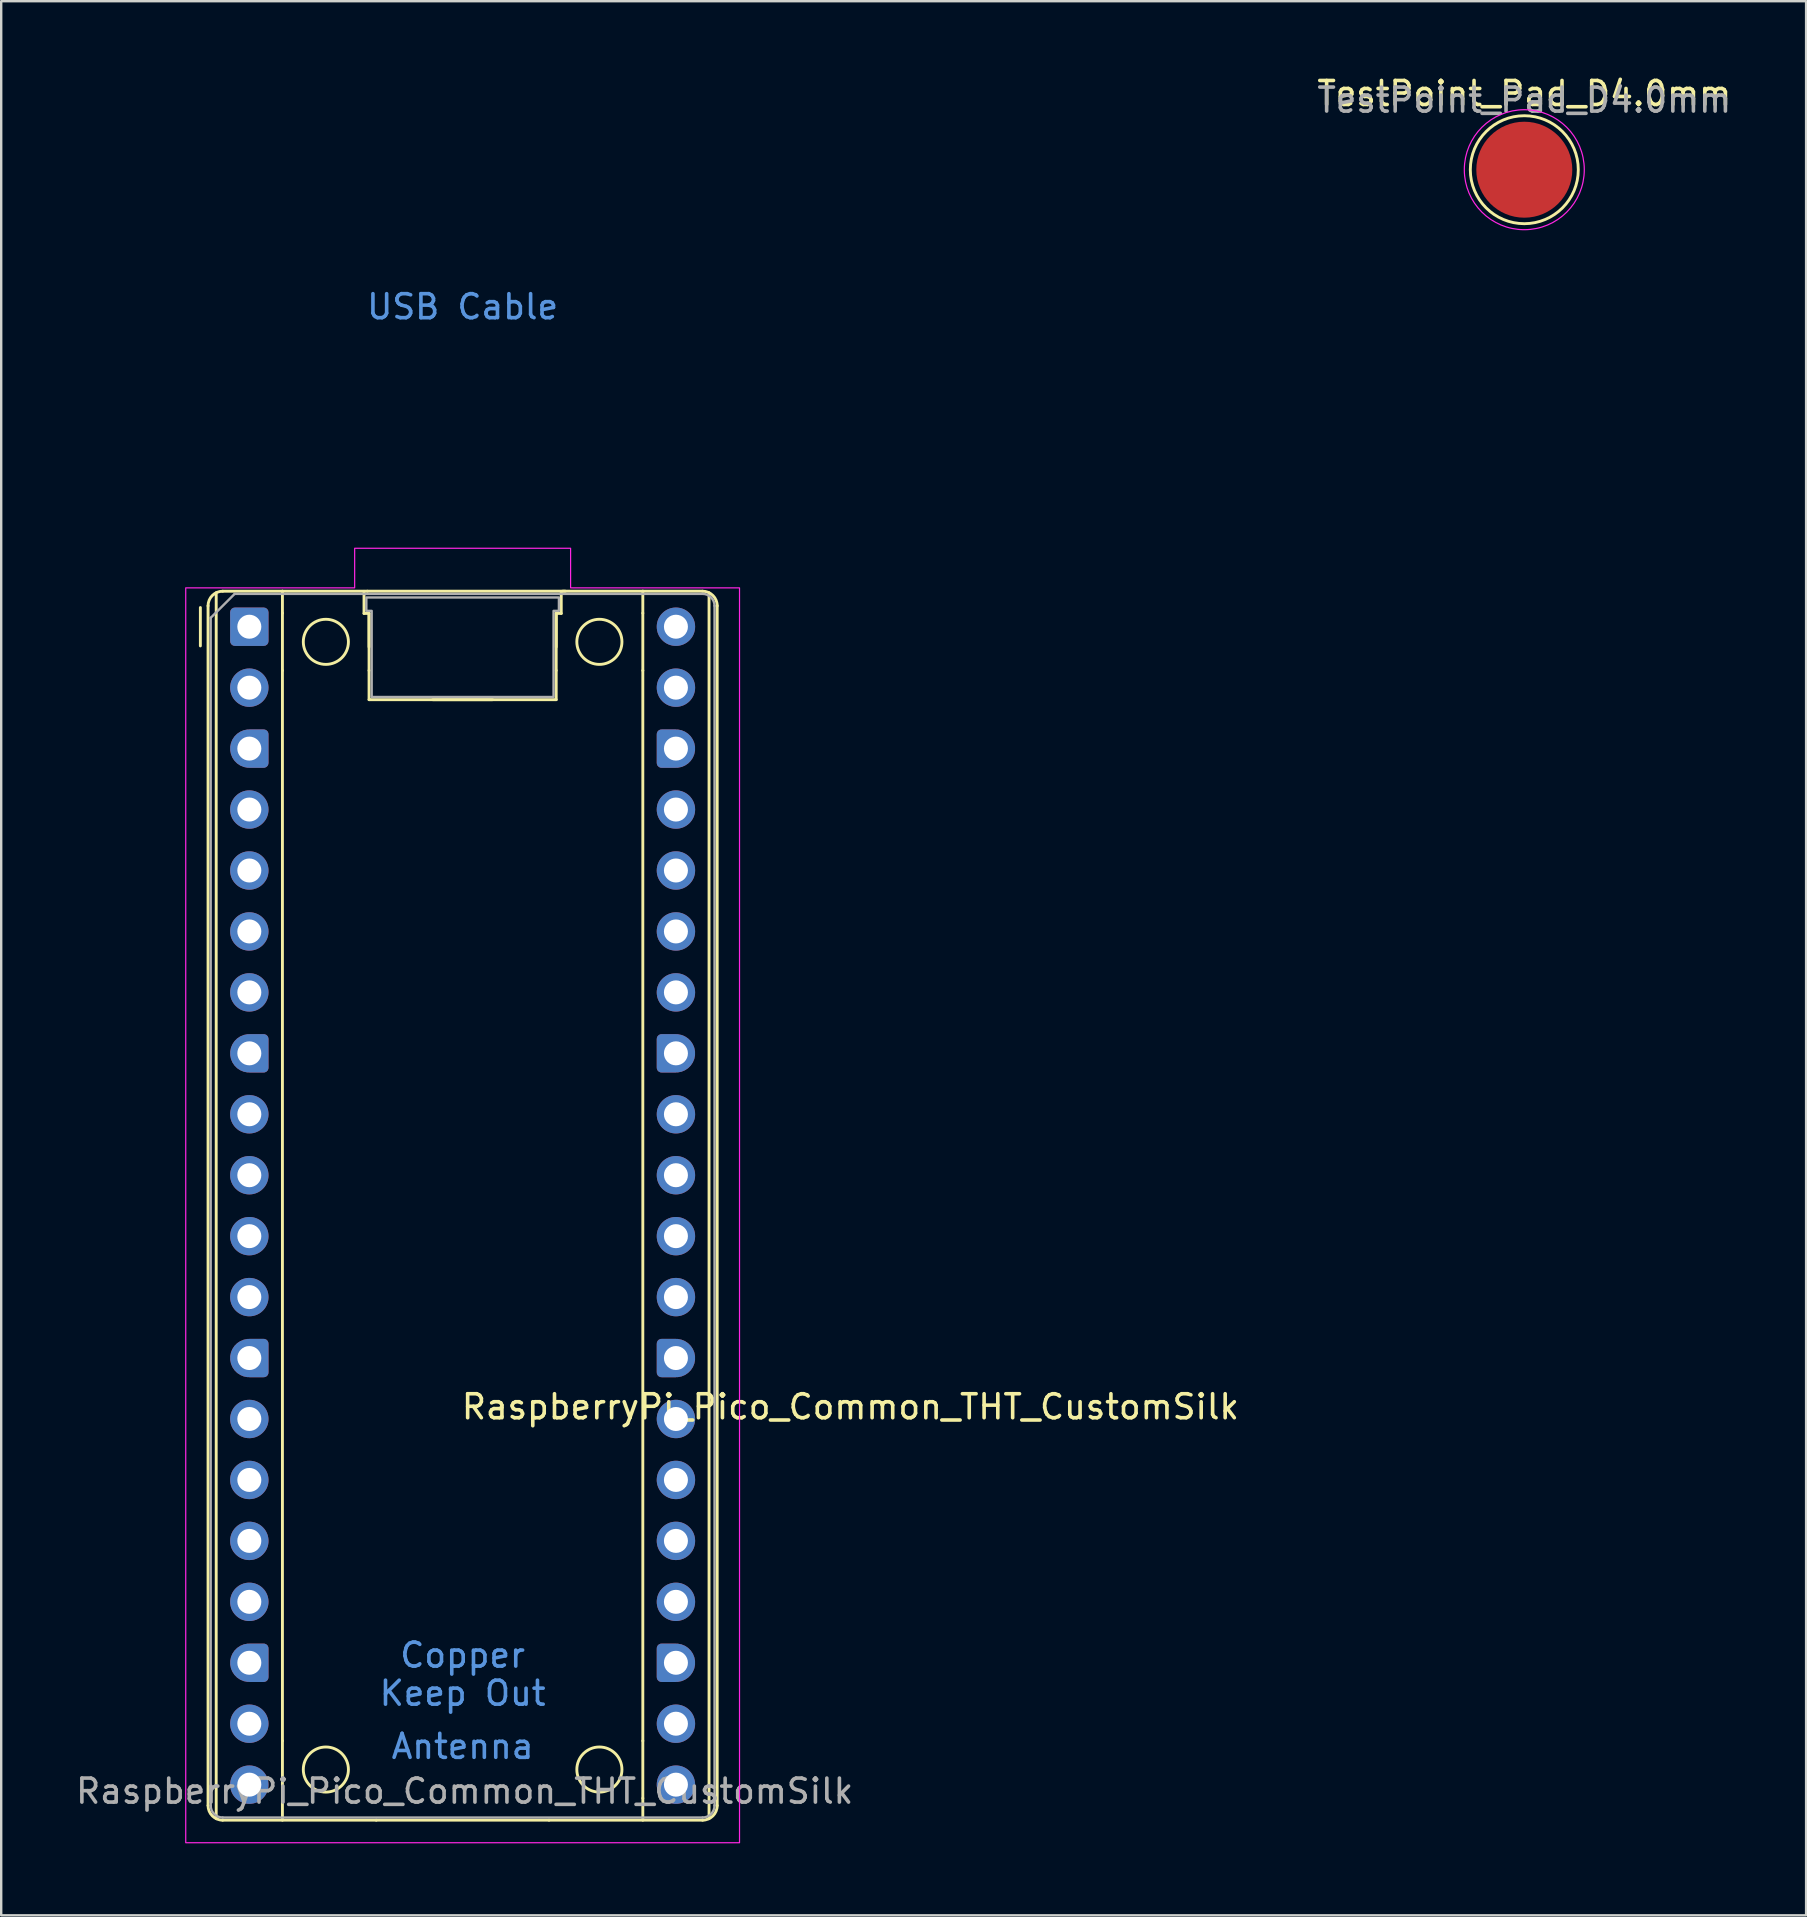
<source format=kicad_pcb>
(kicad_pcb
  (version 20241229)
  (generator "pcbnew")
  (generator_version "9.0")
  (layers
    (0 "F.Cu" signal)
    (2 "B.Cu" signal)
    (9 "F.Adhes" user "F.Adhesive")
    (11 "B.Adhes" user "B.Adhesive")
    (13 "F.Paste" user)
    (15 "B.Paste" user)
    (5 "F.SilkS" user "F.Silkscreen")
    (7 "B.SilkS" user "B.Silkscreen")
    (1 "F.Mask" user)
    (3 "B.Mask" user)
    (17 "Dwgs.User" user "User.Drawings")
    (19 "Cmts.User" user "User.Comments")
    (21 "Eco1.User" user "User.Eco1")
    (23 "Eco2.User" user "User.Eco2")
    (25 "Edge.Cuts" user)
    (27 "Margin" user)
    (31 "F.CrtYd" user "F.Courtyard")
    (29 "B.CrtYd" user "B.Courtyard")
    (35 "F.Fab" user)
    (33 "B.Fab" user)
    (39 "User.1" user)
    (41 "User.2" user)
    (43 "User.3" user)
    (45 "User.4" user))
  (footprint "TestPoint_Pad_D4.0mm"
    (layer "F.Cu")
    (at 60.479 4.023)
    (property "Reference" "TestPoint_Pad_D4.0mm" (at 0 -3.175 0) (layer "F.SilkS") (effects (font (size 1 1) (thickness 0.15))))
    (attr exclude_from_pos_files dnp)
    (fp_circle (center 0 0) (end 0 2.25) (stroke (width 0.12) (type solid)) (fill no) (layer "F.SilkS"))
    (fp_circle (center 0 0) (end 2.5 0) (stroke (width 0.05) (type solid)) (fill no) (layer "F.CrtYd"))
    (fp_text user "${REFERENCE}" (at 0 -2.9 0) (layer "F.Fab") (effects (font (size 1 1) (thickness 0.15))))
    (pad "1" smd circle (at 0 0) (size 4 4) (layers "F.Cu" "F.Mask")))
  (footprint "RaspberryPi_Pico_Common_THT_CustomSilk"
    (layer "F.Cu")
    (at 16.231 47.2)
    (property "Reference" "RaspberryPi_Pico_Common_THT_CustomSilk" (at -0.127 8.382 0) (unlocked yes) (layer "F.SilkS") (effects (font (size 1 1) (thickness 0.15)) (justify left)))
    (attr through_hole)
    (fp_line (start -10.93 -23.33) (end -10.93 -24.93) (stroke (width 0.12) (type solid)) (layer "F.SilkS"))
    (fp_line (start -10.61 -25) (end -10.61 25) (stroke (width 0.12) (type solid)) (layer "F.SilkS"))
    (fp_line (start -10.27 -25.547) (end -10.27 25.547) (stroke (width 0.12) (type solid)) (layer "F.SilkS"))
    (fp_line (start -10 -25.61) (end -7.51 -25.61) (stroke (width 0.12) (type solid)) (layer "F.SilkS"))
    (fp_line (start -10 25.61) (end -3.6 25.61) (stroke (width 0.12) (type solid)) (layer "F.SilkS"))
    (fp_line (start -7.51 -25.61) (end -7.51 -24.696) (stroke (width 0.12) (type solid)) (layer "F.SilkS"))
    (fp_line (start -7.51 -25.61) (end -3.97 -25.61) (stroke (width 0.12) (type solid)) (layer "F.SilkS"))
    (fp_line (start -7.51 -24.696) (end -7.51 -22.304) (stroke (width 0.12) (type solid)) (layer "F.SilkS"))
    (fp_line (start -7.51 -22.304) (end -7.51 22.304) (stroke (width 0.12) (type solid)) (layer "F.SilkS"))
    (fp_line (start -7.51 22.304) (end -7.51 24.696) (stroke (width 0.12) (type solid)) (layer "F.SilkS"))
    (fp_line (start -7.51 24.696) (end -7.51 25.61) (stroke (width 0.12) (type solid)) (layer "F.SilkS"))
    (fp_line (start -4.11 -25.603) (end -4.11 -24.683) (stroke (width 0.12) (type solid)) (layer "F.SilkS"))
    (fp_line (start -4.11 -24.683) (end -3.9 -24.683) (stroke (width 0.12) (type solid)) (layer "F.SilkS"))
    (fp_line (start -3.97 -25.61) (end 4.28 -25.61) (stroke (width 0.12) (type solid)) (layer "F.SilkS"))
    (fp_line (start -3.9 -24.694) (end -3.9 -22.306) (stroke (width 0.12) (type default)) (layer "F.SilkS"))
    (fp_line (start -3.9 -24.683) (end -3.9 -23.287) (stroke (width 0.12) (type solid)) (layer "F.SilkS"))
    (fp_line (start -3.9 -22.306) (end -3.9 -21.09) (stroke (width 0.12) (type solid)) (layer "F.SilkS"))
    (fp_line (start -1.246 -21.09) (end 1.246 -21.09) (stroke (width 0.12) (type solid)) (layer "F.SilkS"))
    (fp_line (start 3.6 25.61) (end -3.6 25.61) (stroke (width 0.12) (type solid)) (layer "F.SilkS"))
    (fp_line (start 3.6 25.61) (end 10 25.61) (stroke (width 0.12) (type solid)) (layer "F.SilkS"))
    (fp_line (start 3.9 -24.694) (end 3.9 -22.306) (stroke (width 0.12) (type default)) (layer "F.SilkS"))
    (fp_line (start 3.9 -24.683) (end 3.9 -23.287) (stroke (width 0.12) (type solid)) (layer "F.SilkS"))
    (fp_line (start 3.9 -22.306) (end 3.9 -21.09) (stroke (width 0.12) (type solid)) (layer "F.SilkS"))
    (fp_line (start 3.9 -21.09) (end -3.9 -21.09) (stroke (width 0.12) (type solid)) (layer "F.SilkS"))
    (fp_line (start 4.11 -25.603) (end 4.11 -24.683) (stroke (width 0.12) (type solid)) (layer "F.SilkS"))
    (fp_line (start 4.11 -24.683) (end 3.9 -24.683) (stroke (width 0.12) (type solid)) (layer "F.SilkS"))
    (fp_line (start 4.17 -25.61) (end 7.51 -25.61) (stroke (width 0.12) (type solid)) (layer "F.SilkS"))
    (fp_line (start 7.51 -25.61) (end 7.51 -24.696) (stroke (width 0.12) (type solid)) (layer "F.SilkS"))
    (fp_line (start 7.51 -24.696) (end 7.51 -22.304) (stroke (width 0.12) (type solid)) (layer "F.SilkS"))
    (fp_line (start 7.51 -22.304) (end 7.51 22.304) (stroke (width 0.12) (type solid)) (layer "F.SilkS"))
    (fp_line (start 7.51 22.304) (end 7.51 24.696) (stroke (width 0.12) (type solid)) (layer "F.SilkS"))
    (fp_line (start 7.51 24.696) (end 7.51 25.61) (stroke (width 0.12) (type solid)) (layer "F.SilkS"))
    (fp_line (start 10 -25.61) (end 7.51 -25.61) (stroke (width 0.12) (type solid)) (layer "F.SilkS"))
    (fp_line (start 10.27 25.547) (end 10.27 -25.547) (stroke (width 0.12) (type solid)) (layer "F.SilkS"))
    (fp_line (start 10.61 -25) (end 10.61 25) (stroke (width 0.12) (type solid)) (layer "F.SilkS"))
    (fp_arc (start -10.61 -25) (mid -10.431335 -25.431335) (end -10 -25.61) (stroke (width 0.12) (type solid)) (layer "F.SilkS"))
    (fp_arc (start -10 25.61) (mid -10.431335 25.431335) (end -10.61 25) (stroke (width 0.12) (type solid)) (layer "F.SilkS"))
    (fp_arc (start 10 -25.61) (mid 10.431335 -25.431335) (end 10.61 -25) (stroke (width 0.12) (type solid)) (layer "F.SilkS"))
    (fp_arc (start 10.61 25) (mid 10.431335 25.431335) (end 10 25.61) (stroke (width 0.12) (type solid)) (layer "F.SilkS"))
    (fp_circle (center -5.7 -23.5) (end -4.76 -23.5) (stroke (width 0.12) (type solid)) (fill no) (layer "F.SilkS"))
    (fp_circle (center -5.7 23.5) (end -4.76 23.5) (stroke (width 0.12) (type solid)) (fill no) (layer "F.SilkS"))
    (fp_circle (center 5.7 -23.5) (end 6.64 -23.5) (stroke (width 0.12) (type solid)) (fill no) (layer "F.SilkS"))
    (fp_circle (center 5.7 23.5) (end 6.64 23.5) (stroke (width 0.12) (type solid)) (fill no) (layer "F.SilkS"))
    (fp_poly (pts (xy -4.5 -27.4) (xy 4.5 -27.4) (xy 4.5 -25.75) (xy 11.54 -25.75) (xy 11.54 26.55) (xy -11.54 26.55) (xy -11.54 -25.75) (xy -4.5 -25.75)) (stroke (width 0.05) (type solid)) (fill no) (layer "F.CrtYd"))
    (fp_line (start -10.5 -24.5) (end -9.5 -25.5) (stroke (width 0.1) (type solid)) (layer "F.Fab"))
    (fp_line (start -10.5 25) (end -10.5 -24.5) (stroke (width 0.1) (type solid)) (layer "F.Fab"))
    (fp_line (start -9.5 -25.5) (end 10 -25.5) (stroke (width 0.1) (type solid)) (layer "F.Fab"))
    (fp_line (start 10 25.5) (end -10 25.5) (stroke (width 0.1) (type solid)) (layer "F.Fab"))
    (fp_line (start 10.5 -25) (end 10.5 25) (stroke (width 0.1) (type solid)) (layer "F.Fab"))
    (fp_arc (start -10 25.5) (mid -10.353553 25.353553) (end -10.5 25) (stroke (width 0.1) (type solid)) (layer "F.Fab"))
    (fp_arc (start 10 -25.5) (mid 10.353553 -25.353553) (end 10.5 -25) (stroke (width 0.1) (type solid)) (layer "F.Fab"))
    (fp_arc (start 10.5 25) (mid 10.353553 25.353553) (end 10 25.5) (stroke (width 0.1) (type solid)) (layer "F.Fab"))
    (fp_poly (pts (xy 3.79 -21.2) (xy 3.79 -24.79) (xy 4.013 -24.79) (xy 4.013 -25.349) (xy -4.013 -25.349) (xy -4.013 -24.79) (xy -3.79 -24.79) (xy -3.79 -21.2)) (stroke (width 0.1) (type solid)) (fill no) (layer "F.Fab"))
    (fp_text user "USB Cable" (at 0 -37.465 0) (unlocked yes) (layer "Cmts.User") (effects (font (size 1 1) (thickness 0.15))))
    (fp_text user "Copper" (at 0 18.733 0) (unlocked yes) (layer "Cmts.User") (effects (font (size 1 1) (thickness 0.15))))
    (fp_text user "Keep Out" (at 0 20.32 0) (unlocked yes) (layer "Cmts.User") (effects (font (size 1 1) (thickness 0.15))))
    (fp_text user "Antenna" (at 0 22.535 0) (unlocked yes) (layer "Cmts.User") (effects (font (size 1 1) (thickness 0.15))))
    (fp_text user "${REFERENCE}" (at 0.084 24.401 180) (layer "F.Fab") (effects (font (size 1 1) (thickness 0.15))))
    (pad "1" thru_hole roundrect (at -8.89 -24.13) (size 1.6 1.6) (drill 1) (layers "*.Cu" "*.Mask") (roundrect_rratio 0.125))
    (pad "2" thru_hole circle (at -8.89 -21.59) (size 1.6 1.6) (drill 1) (layers "*.Cu" "*.Mask"))
    (pad "3" thru_hole custom (at -8.89 -19.05) (size 1.6 1.6) (drill 1) (layers "*.Cu" "*.Mask") (options (anchor circle)) (primitives (gr_poly (pts (xy 0.8 0.6) (xy 0.8 -0.6) (xy 0.6 -0.8) (xy 0 -0.8) (xy 0 0.8) (xy 0.6 0.8)) (width 0) (fill yes)) (gr_circle (center 0.6 0.6) (end 0.8 0.6) (width 0) (fill yes)) (gr_circle (center 0.6 -0.6) (end 0.8 -0.6) (width 0) (fill yes))))
    (pad "4" thru_hole circle (at -8.89 -16.51) (size 1.6 1.6) (drill 1) (layers "*.Cu" "*.Mask"))
    (pad "5" thru_hole circle (at -8.89 -13.97) (size 1.6 1.6) (drill 1) (layers "*.Cu" "*.Mask"))
    (pad "6" thru_hole circle (at -8.89 -11.43) (size 1.6 1.6) (drill 1) (layers "*.Cu" "*.Mask"))
    (pad "7" thru_hole circle (at -8.89 -8.89) (size 1.6 1.6) (drill 1) (layers "*.Cu" "*.Mask"))
    (pad "8" thru_hole custom (at -8.89 -6.35) (size 1.6 1.6) (drill 1) (layers "*.Cu" "*.Mask") (options (anchor circle)) (primitives (gr_poly (pts (xy 0.8 0.6) (xy 0.8 -0.6) (xy 0.6 -0.8) (xy 0 -0.8) (xy 0 0.8) (xy 0.6 0.8)) (width 0) (fill yes)) (gr_circle (center 0.6 0.6) (end 0.8 0.6) (width 0) (fill yes)) (gr_circle (center 0.6 -0.6) (end 0.8 -0.6) (width 0) (fill yes))))
    (pad "9" thru_hole circle (at -8.89 -3.81) (size 1.6 1.6) (drill 1) (layers "*.Cu" "*.Mask"))
    (pad "10" thru_hole circle (at -8.89 -1.27) (size 1.6 1.6) (drill 1) (layers "*.Cu" "*.Mask"))
    (pad "11" thru_hole circle (at -8.89 1.27) (size 1.6 1.6) (drill 1) (layers "*.Cu" "*.Mask"))
    (pad "12" thru_hole circle (at -8.89 3.81) (size 1.6 1.6) (drill 1) (layers "*.Cu" "*.Mask"))
    (pad "13" thru_hole custom (at -8.89 6.35) (size 1.6 1.6) (drill 1) (layers "*.Cu" "*.Mask") (options (anchor circle)) (primitives (gr_poly (pts (xy 0.8 0.6) (xy 0.8 -0.6) (xy 0.6 -0.8) (xy 0 -0.8) (xy 0 0.8) (xy 0.6 0.8)) (width 0) (fill yes)) (gr_circle (center 0.6 0.6) (end 0.8 0.6) (width 0) (fill yes)) (gr_circle (center 0.6 -0.6) (end 0.8 -0.6) (width 0) (fill yes))))
    (pad "14" thru_hole circle (at -8.89 8.89) (size 1.6 1.6) (drill 1) (layers "*.Cu" "*.Mask"))
    (pad "15" thru_hole circle (at -8.89 11.43) (size 1.6 1.6) (drill 1) (layers "*.Cu" "*.Mask"))
    (pad "16" thru_hole circle (at -8.89 13.97) (size 1.6 1.6) (drill 1) (layers "*.Cu" "*.Mask"))
    (pad "17" thru_hole circle (at -8.89 16.51) (size 1.6 1.6) (drill 1) (layers "*.Cu" "*.Mask"))
    (pad "18" thru_hole custom (at -8.89 19.05) (size 1.6 1.6) (drill 1) (layers "*.Cu" "*.Mask") (options (anchor circle)) (primitives (gr_poly (pts (xy 0.8 0.6) (xy 0.8 -0.6) (xy 0.6 -0.8) (xy 0 -0.8) (xy 0 0.8) (xy 0.6 0.8)) (width 0) (fill yes)) (gr_circle (center 0.6 0.6) (end 0.8 0.6) (width 0) (fill yes)) (gr_circle (center 0.6 -0.6) (end 0.8 -0.6) (width 0) (fill yes))))
    (pad "19" thru_hole circle (at -8.89 21.59) (size 1.6 1.6) (drill 1) (layers "*.Cu" "*.Mask"))
    (pad "20" thru_hole circle (at -8.89 24.13) (size 1.6 1.6) (drill 1) (layers "*.Cu" "*.Mask"))
    (pad "21" thru_hole circle (at 8.89 24.13) (size 1.6 1.6) (drill 1) (layers "*.Cu" "*.Mask"))
    (pad "22" thru_hole circle (at 8.89 21.59) (size 1.6 1.6) (drill 1) (layers "*.Cu" "*.Mask"))
    (pad "23" thru_hole custom (at 8.89 19.05) (size 1.6 1.6) (drill 1) (layers "*.Cu" "*.Mask") (options (anchor circle)) (primitives (gr_poly (pts (xy -0.8 0.6) (xy -0.8 -0.6) (xy -0.6 -0.8) (xy 0 -0.8) (xy 0 0.8) (xy -0.6 0.8)) (width 0) (fill yes)) (gr_circle (center -0.6 0.6) (end -0.4 0.6) (width 0) (fill yes)) (gr_circle (center -0.6 -0.6) (end -0.4 -0.6) (width 0) (fill yes))))
    (pad "24" thru_hole circle (at 8.89 16.51) (size 1.6 1.6) (drill 1) (layers "*.Cu" "*.Mask"))
    (pad "25" thru_hole circle (at 8.89 13.97) (size 1.6 1.6) (drill 1) (layers "*.Cu" "*.Mask"))
    (pad "26" thru_hole circle (at 8.89 11.43) (size 1.6 1.6) (drill 1) (layers "*.Cu" "*.Mask"))
    (pad "27" thru_hole circle (at 8.89 8.89) (size 1.6 1.6) (drill 1) (layers "*.Cu" "*.Mask"))
    (pad "28" thru_hole custom (at 8.89 6.35) (size 1.6 1.6) (drill 1) (layers "*.Cu" "*.Mask") (options (anchor circle)) (primitives (gr_poly (pts (xy -0.8 0.6) (xy -0.8 -0.6) (xy -0.6 -0.8) (xy 0 -0.8) (xy 0 0.8) (xy -0.6 0.8)) (width 0) (fill yes)) (gr_circle (center -0.6 0.6) (end -0.4 0.6) (width 0) (fill yes)) (gr_circle (center -0.6 -0.6) (end -0.4 -0.6) (width 0) (fill yes))))
    (pad "29" thru_hole circle (at 8.89 3.81) (size 1.6 1.6) (drill 1) (layers "*.Cu" "*.Mask"))
    (pad "30" thru_hole circle (at 8.89 1.27) (size 1.6 1.6) (drill 1) (layers "*.Cu" "*.Mask"))
    (pad "31" thru_hole circle (at 8.89 -1.27) (size 1.6 1.6) (drill 1) (layers "*.Cu" "*.Mask"))
    (pad "32" thru_hole circle (at 8.89 -3.81) (size 1.6 1.6) (drill 1) (layers "*.Cu" "*.Mask"))
    (pad "33" thru_hole custom (at 8.89 -6.35) (size 1.6 1.6) (drill 1) (layers "*.Cu" "*.Mask") (options (anchor circle)) (primitives (gr_poly (pts (xy -0.8 0.6) (xy -0.8 -0.6) (xy -0.6 -0.8) (xy 0 -0.8) (xy 0 0.8) (xy -0.6 0.8)) (width 0) (fill yes)) (gr_circle (center -0.6 0.6) (end -0.4 0.6) (width 0) (fill yes)) (gr_circle (center -0.6 -0.6) (end -0.4 -0.6) (width 0) (fill yes))))
    (pad "34" thru_hole circle (at 8.89 -8.89) (size 1.6 1.6) (drill 1) (layers "*.Cu" "*.Mask"))
    (pad "35" thru_hole circle (at 8.89 -11.43) (size 1.6 1.6) (drill 1) (layers "*.Cu" "*.Mask"))
    (pad "36" thru_hole circle (at 8.89 -13.97) (size 1.6 1.6) (drill 1) (layers "*.Cu" "*.Mask"))
    (pad "37" thru_hole circle (at 8.89 -16.51) (size 1.6 1.6) (drill 1) (layers "*.Cu" "*.Mask"))
    (pad "38" thru_hole custom (at 8.89 -19.05) (size 1.6 1.6) (drill 1) (layers "*.Cu" "*.Mask") (options (anchor circle)) (primitives (gr_poly (pts (xy -0.8 0.6) (xy -0.8 -0.6) (xy -0.6 -0.8) (xy 0 -0.8) (xy 0 0.8) (xy -0.6 0.8)) (width 0) (fill yes)) (gr_circle (center -0.6 0.6) (end -0.4 0.6) (width 0) (fill yes)) (gr_circle (center -0.6 -0.6) (end -0.4 -0.6) (width 0) (fill yes))))
    (pad "39" thru_hole circle (at 8.89 -21.59) (size 1.6 1.6) (drill 1) (layers "*.Cu" "*.Mask"))
    (pad "40" thru_hole circle (at 8.89 -24.13) (size 1.6 1.6) (drill 1) (layers "*.Cu" "*.Mask"))
    (zone (net_name "") (layers "F.Cu" "B.Cu" "F.Paste" "B.Paste") (name "Antenna Copper Keep Out") (hatch full 0.5) (connect_pads) (min_thickness 0.254) (filled_areas_thickness no) (keepout (tracks not_allowed) (vias not_allowed) (pads not_allowed) (copperpour not_allowed) (footprints allowed)) (placement (enabled no)) (fill) (polygon (pts (xy 13.831 72.19) (xy 9.131 68.54) (xy 9.131 64.2) (xy 23.331 64.2) (xy 23.331 68.54) (xy 18.631 72.19) (xy 18.631 73.2) (xy 13.831 73.2))))
    (zone (net_name "") (layer "F.CrtYd") (name "USB Cable") (hatch edge 0.5) (connect_pads) (min_thickness 0.254) (filled_areas_thickness no) (keepout (tracks allowed) (vias allowed) (pads allowed) (copperpour allowed) (footprints allowed)) (placement (enabled no)) (fill) (polygon (pts (xy 10.481 19.5) (xy 12.291 19.5) (xy 12.291 19.8) (xy 20.171 19.8) (xy 20.171 19.5) (xy 21.981 19.5) (xy 21.981 0) (xy 10.481 0)))))
  (gr_rect
    (start -3 -3)
    (end 72.224 76.775)
    (stroke (width 0.1) (type default))
    (fill no)
    (layer "Edge.Cuts")))
</source>
